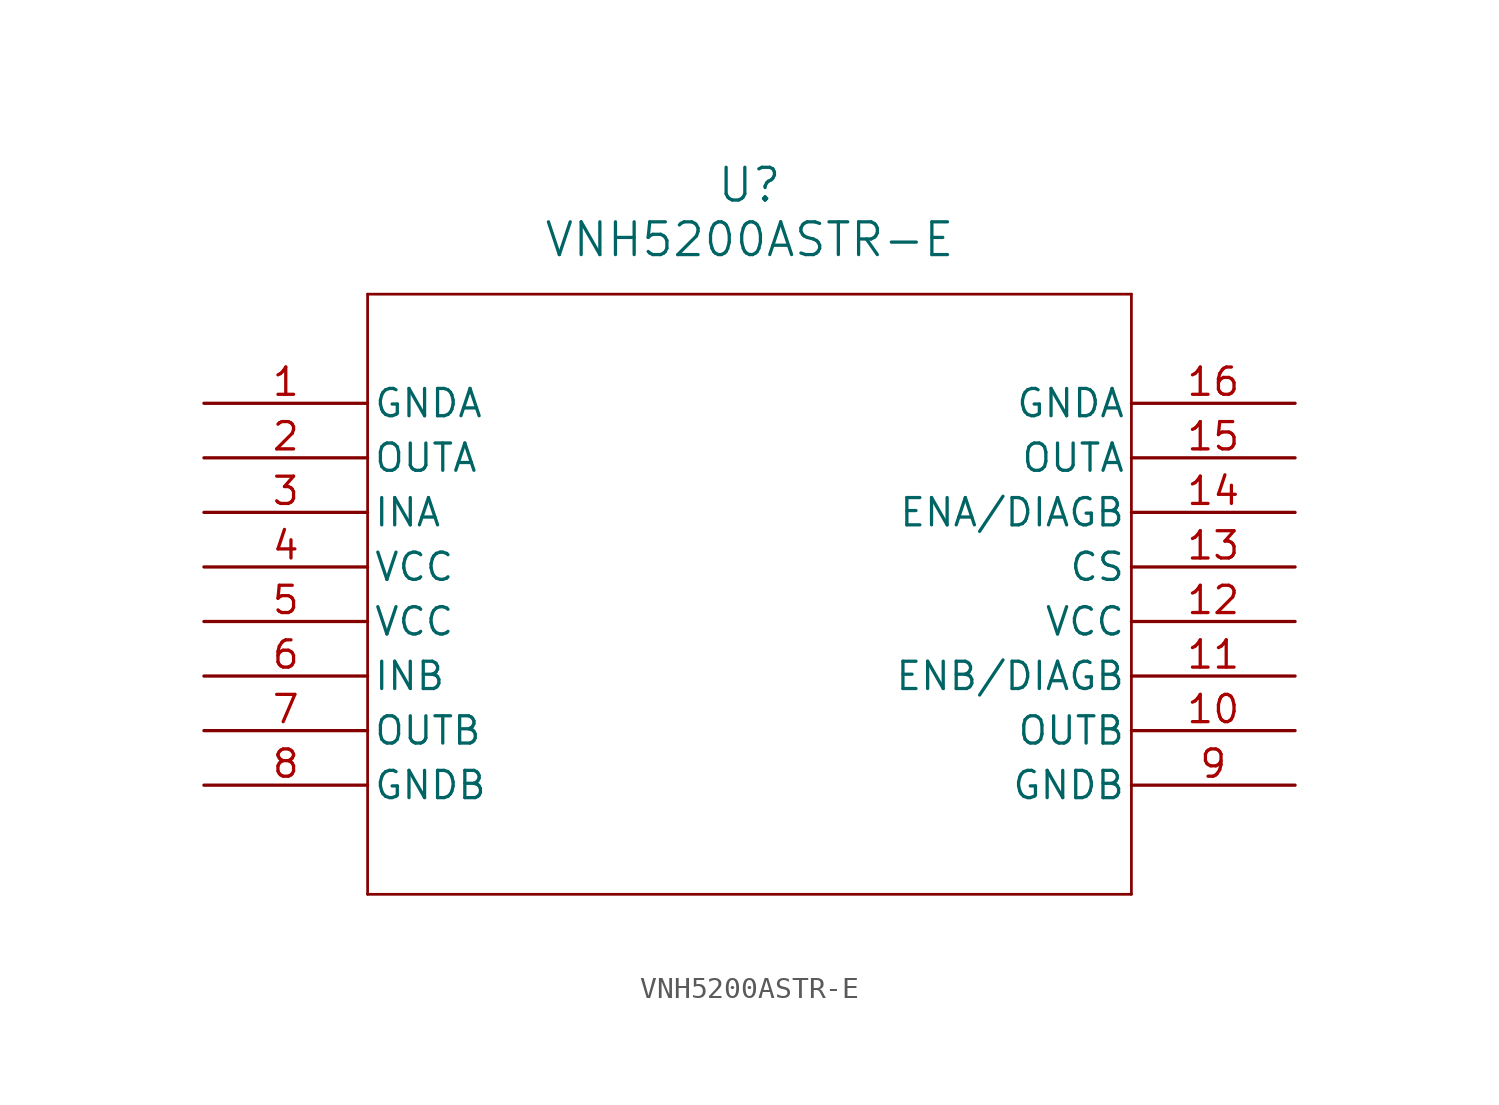
<source format=kicad_sym>
(kicad_symbol_lib
  (version 20211014)
  (generator kicad_symbol_editor)
  (symbol "VNH5200ASTR-E"
    (pin_names
      (offset 0.254))
    (property "Reference" "U"
      (at 25.4 10.16 0)
      (effects (font (size 1.524 1.524))))
    (property "Value" "VNH5200ASTR-E"
      (at 25.4 7.62 0)
      (effects (font (size 1.524 1.524))))
    (symbol "VNH5200ASTR-E_0_1"
      (polyline (pts (xy 7.62 5.08) (xy 7.62 -22.86)) (stroke (width 0.127) (type default) (color 0 0 0 0)) (fill (type none)))
      (polyline (pts (xy 7.62 -22.86) (xy 43.18 -22.86)) (stroke (width 0.127) (type default) (color 0 0 0 0)) (fill (type none)))
      (polyline (pts (xy 43.18 -22.86) (xy 43.18 5.08)) (stroke (width 0.127) (type default) (color 0 0 0 0)) (fill (type none)))
      (polyline (pts (xy 43.18 5.08) (xy 7.62 5.08)) (stroke (width 0.127) (type default) (color 0 0 0 0)) (fill (type none)))
      (pin power_out line (at 0 0 0) (length 7.62) (name "GNDA" (effects (font (size 1.27 1.27)))) (number "1" (effects (font (size 1.27 1.27)))))
      (pin output line (at 0 -2.54 0) (length 7.62) (name "OUTA" (effects (font (size 1.27 1.27)))) (number "2" (effects (font (size 1.27 1.27)))))
      (pin input line (at 0 -5.08 0) (length 7.62) (name "INA" (effects (font (size 1.27 1.27)))) (number "3" (effects (font (size 1.27 1.27)))))
      (pin power_in line (at 0 -7.62 0) (length 7.62) (name "VCC" (effects (font (size 1.27 1.27)))) (number "4" (effects (font (size 1.27 1.27)))))
      (pin power_in line (at 0 -10.16 0) (length 7.62) (name "VCC" (effects (font (size 1.27 1.27)))) (number "5" (effects (font (size 1.27 1.27)))))
      (pin input line (at 0 -12.7 0) (length 7.62) (name "INB" (effects (font (size 1.27 1.27)))) (number "6" (effects (font (size 1.27 1.27)))))
      (pin output line (at 0 -15.24 0) (length 7.62) (name "OUTB" (effects (font (size 1.27 1.27)))) (number "7" (effects (font (size 1.27 1.27)))))
      (pin power_out line (at 0 -17.78 0) (length 7.62) (name "GNDB" (effects (font (size 1.27 1.27)))) (number "8" (effects (font (size 1.27 1.27)))))
      (pin power_out line (at 50.8 -17.78 180) (length 7.62) (name "GNDB" (effects (font (size 1.27 1.27)))) (number "9" (effects (font (size 1.27 1.27)))))
      (pin output line (at 50.8 -15.24 180) (length 7.62) (name "OUTB" (effects (font (size 1.27 1.27)))) (number "10" (effects (font (size 1.27 1.27)))))
      (pin unspecified line (at 50.8 -12.7 180) (length 7.62) (name "ENB/DIAGB" (effects (font (size 1.27 1.27)))) (number "11" (effects (font (size 1.27 1.27)))))
      (pin power_in line (at 50.8 -10.16 180) (length 7.62) (name "VCC" (effects (font (size 1.27 1.27)))) (number "12" (effects (font (size 1.27 1.27)))))
      (pin unspecified line (at 50.8 -7.62 180) (length 7.62) (name "CS" (effects (font (size 1.27 1.27)))) (number "13" (effects (font (size 1.27 1.27)))))
      (pin unspecified line (at 50.8 -5.08 180) (length 7.62) (name "ENA/DIAGB" (effects (font (size 1.27 1.27)))) (number "14" (effects (font (size 1.27 1.27)))))
      (pin output line (at 50.8 -2.54 180) (length 7.62) (name "OUTA" (effects (font (size 1.27 1.27)))) (number "15" (effects (font (size 1.27 1.27)))))
      (pin power_out line (at 50.8 0 180) (length 7.62) (name "GNDA" (effects (font (size 1.27 1.27)))) (number "16" (effects (font (size 1.27 1.27))))))))
</source>
